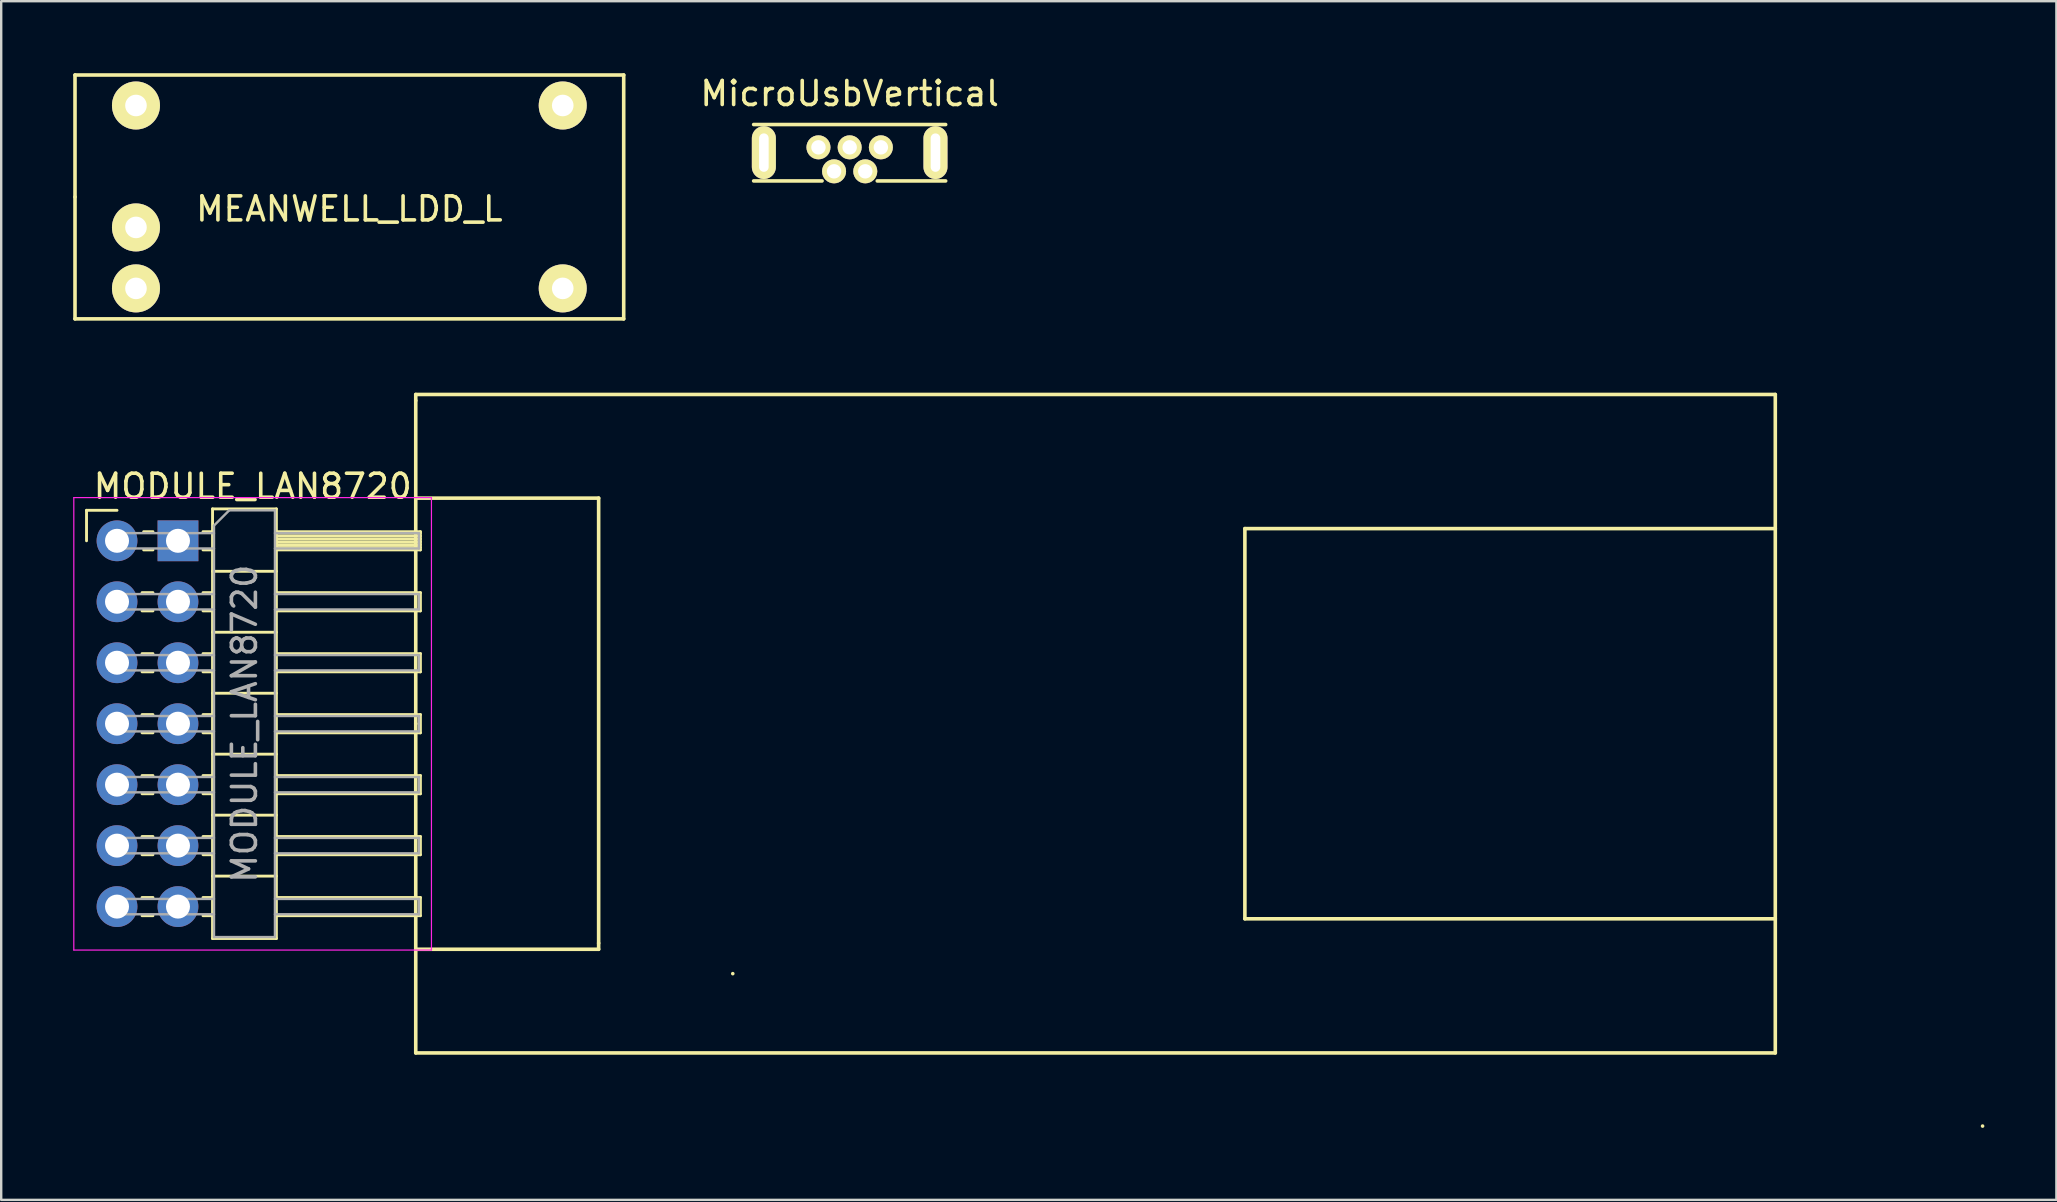
<source format=kicad_pcb>
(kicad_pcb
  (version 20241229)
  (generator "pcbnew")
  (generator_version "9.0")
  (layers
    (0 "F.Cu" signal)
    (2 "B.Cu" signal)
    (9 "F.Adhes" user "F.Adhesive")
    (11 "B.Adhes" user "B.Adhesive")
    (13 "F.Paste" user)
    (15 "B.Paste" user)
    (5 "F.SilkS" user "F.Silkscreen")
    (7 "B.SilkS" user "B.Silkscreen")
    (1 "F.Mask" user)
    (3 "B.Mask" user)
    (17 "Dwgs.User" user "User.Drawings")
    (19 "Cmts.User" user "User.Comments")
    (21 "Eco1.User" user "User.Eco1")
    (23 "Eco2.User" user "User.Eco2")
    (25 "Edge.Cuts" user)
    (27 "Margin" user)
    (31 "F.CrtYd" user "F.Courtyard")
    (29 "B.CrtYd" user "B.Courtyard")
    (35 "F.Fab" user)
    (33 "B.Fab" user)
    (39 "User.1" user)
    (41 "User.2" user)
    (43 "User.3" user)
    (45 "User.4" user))
  (footprint "MEANWELL_LDD_L"
    (layer "F.Cu")
    (at 11.505 5.155)
    (property "Reference" "MEANWELL_LDD_L" (at 0 0.5 0) (layer "F.SilkS") (effects (font (size 1 1) (thickness 0.15))))
    (attr through_hole)
    (fp_line (start -11.43 -5.08) (end 11.43 -5.08) (stroke (width 0.15) (type solid)) (layer "F.SilkS"))
    (fp_line (start -11.43 0) (end -11.43 -5.08) (stroke (width 0.15) (type solid)) (layer "F.SilkS"))
    (fp_line (start -11.43 5.08) (end -11.43 0) (stroke (width 0.15) (type solid)) (layer "F.SilkS"))
    (fp_line (start 11.43 -5.08) (end 11.43 5.08) (stroke (width 0.15) (type solid)) (layer "F.SilkS"))
    (fp_line (start 11.43 5.08) (end -11.43 5.08) (stroke (width 0.15) (type solid)) (layer "F.SilkS"))
    (pad "1" thru_hole circle (at -8.89 -3.81) (size 2 2) (drill 0.9) (layers "*.Cu" "*.Mask" "F.SilkS"))
    (pad "3" thru_hole circle (at -8.89 1.27) (size 2 2) (drill 0.9) (layers "*.Cu" "*.Mask" "F.SilkS"))
    (pad "4" thru_hole circle (at -8.89 3.81) (size 2 2) (drill 0.9) (layers "*.Cu" "*.Mask" "F.SilkS"))
    (pad "5" thru_hole circle (at 8.89 3.81) (size 2 2) (drill 0.9) (layers "*.Cu" "*.Mask" "F.SilkS"))
    (pad "6" thru_hole circle (at 8.89 -3.81) (size 2 2) (drill 0.9) (layers "*.Cu" "*.Mask" "F.SilkS")))
  (footprint "MODULE_LAN8720"
    (layer "F.Cu")
    (at 1.825 19.481)
    (property "Reference" "MODULE_LAN8720" (at 5.655 -2.27 0) (layer "F.SilkS") (effects (font (size 1 1) (thickness 0.15))))
    (attr through_hole)
    (fp_line (start -1.27 -1.27) (end 0 -1.27) (stroke (width 0.12) (type solid)) (layer "F.SilkS"))
    (fp_line (start -1.27 0) (end -1.27 -1.27) (stroke (width 0.12) (type solid)) (layer "F.SilkS"))
    (fp_line (start 1.043 2.16) (end 1.497 2.16) (stroke (width 0.12) (type solid)) (layer "F.SilkS"))
    (fp_line (start 1.043 2.92) (end 1.497 2.92) (stroke (width 0.12) (type solid)) (layer "F.SilkS"))
    (fp_line (start 1.043 4.7) (end 1.497 4.7) (stroke (width 0.12) (type solid)) (layer "F.SilkS"))
    (fp_line (start 1.043 5.46) (end 1.497 5.46) (stroke (width 0.12) (type solid)) (layer "F.SilkS"))
    (fp_line (start 1.043 7.24) (end 1.497 7.24) (stroke (width 0.12) (type solid)) (layer "F.SilkS"))
    (fp_line (start 1.043 8) (end 1.497 8) (stroke (width 0.12) (type solid)) (layer "F.SilkS"))
    (fp_line (start 1.043 9.78) (end 1.497 9.78) (stroke (width 0.12) (type solid)) (layer "F.SilkS"))
    (fp_line (start 1.043 10.54) (end 1.497 10.54) (stroke (width 0.12) (type solid)) (layer "F.SilkS"))
    (fp_line (start 1.043 12.32) (end 1.497 12.32) (stroke (width 0.12) (type solid)) (layer "F.SilkS"))
    (fp_line (start 1.043 13.08) (end 1.497 13.08) (stroke (width 0.12) (type solid)) (layer "F.SilkS"))
    (fp_line (start 1.043 14.86) (end 1.497 14.86) (stroke (width 0.12) (type solid)) (layer "F.SilkS"))
    (fp_line (start 1.043 15.62) (end 1.497 15.62) (stroke (width 0.12) (type solid)) (layer "F.SilkS"))
    (fp_line (start 1.11 -0.38) (end 1.497 -0.38) (stroke (width 0.12) (type solid)) (layer "F.SilkS"))
    (fp_line (start 1.11 0.38) (end 1.497 0.38) (stroke (width 0.12) (type solid)) (layer "F.SilkS"))
    (fp_line (start 3.583 -0.38) (end 3.98 -0.38) (stroke (width 0.12) (type solid)) (layer "F.SilkS"))
    (fp_line (start 3.583 0.38) (end 3.98 0.38) (stroke (width 0.12) (type solid)) (layer "F.SilkS"))
    (fp_line (start 3.583 2.16) (end 3.98 2.16) (stroke (width 0.12) (type solid)) (layer "F.SilkS"))
    (fp_line (start 3.583 2.92) (end 3.98 2.92) (stroke (width 0.12) (type solid)) (layer "F.SilkS"))
    (fp_line (start 3.583 4.7) (end 3.98 4.7) (stroke (width 0.12) (type solid)) (layer "F.SilkS"))
    (fp_line (start 3.583 5.46) (end 3.98 5.46) (stroke (width 0.12) (type solid)) (layer "F.SilkS"))
    (fp_line (start 3.583 7.24) (end 3.98 7.24) (stroke (width 0.12) (type solid)) (layer "F.SilkS"))
    (fp_line (start 3.583 8) (end 3.98 8) (stroke (width 0.12) (type solid)) (layer "F.SilkS"))
    (fp_line (start 3.583 9.78) (end 3.98 9.78) (stroke (width 0.12) (type solid)) (layer "F.SilkS"))
    (fp_line (start 3.583 10.54) (end 3.98 10.54) (stroke (width 0.12) (type solid)) (layer "F.SilkS"))
    (fp_line (start 3.583 12.32) (end 3.98 12.32) (stroke (width 0.12) (type solid)) (layer "F.SilkS"))
    (fp_line (start 3.583 13.08) (end 3.98 13.08) (stroke (width 0.12) (type solid)) (layer "F.SilkS"))
    (fp_line (start 3.583 14.86) (end 3.98 14.86) (stroke (width 0.12) (type solid)) (layer "F.SilkS"))
    (fp_line (start 3.583 15.62) (end 3.98 15.62) (stroke (width 0.12) (type solid)) (layer "F.SilkS"))
    (fp_line (start 3.98 -1.33) (end 3.98 16.57) (stroke (width 0.12) (type solid)) (layer "F.SilkS"))
    (fp_line (start 3.98 1.27) (end 6.64 1.27) (stroke (width 0.12) (type solid)) (layer "F.SilkS"))
    (fp_line (start 3.98 3.81) (end 6.64 3.81) (stroke (width 0.12) (type solid)) (layer "F.SilkS"))
    (fp_line (start 3.98 6.35) (end 6.64 6.35) (stroke (width 0.12) (type solid)) (layer "F.SilkS"))
    (fp_line (start 3.98 8.89) (end 6.64 8.89) (stroke (width 0.12) (type solid)) (layer "F.SilkS"))
    (fp_line (start 3.98 11.43) (end 6.64 11.43) (stroke (width 0.12) (type solid)) (layer "F.SilkS"))
    (fp_line (start 3.98 13.97) (end 6.64 13.97) (stroke (width 0.12) (type solid)) (layer "F.SilkS"))
    (fp_line (start 3.98 16.57) (end 6.64 16.57) (stroke (width 0.12) (type solid)) (layer "F.SilkS"))
    (fp_line (start 6.64 -1.33) (end 3.98 -1.33) (stroke (width 0.12) (type solid)) (layer "F.SilkS"))
    (fp_line (start 6.64 -0.38) (end 12.64 -0.38) (stroke (width 0.12) (type solid)) (layer "F.SilkS"))
    (fp_line (start 6.64 -0.32) (end 12.64 -0.32) (stroke (width 0.12) (type solid)) (layer "F.SilkS"))
    (fp_line (start 6.64 -0.2) (end 12.64 -0.2) (stroke (width 0.12) (type solid)) (layer "F.SilkS"))
    (fp_line (start 6.64 -0.08) (end 12.64 -0.08) (stroke (width 0.12) (type solid)) (layer "F.SilkS"))
    (fp_line (start 6.64 0.04) (end 12.64 0.04) (stroke (width 0.12) (type solid)) (layer "F.SilkS"))
    (fp_line (start 6.64 0.16) (end 12.64 0.16) (stroke (width 0.12) (type solid)) (layer "F.SilkS"))
    (fp_line (start 6.64 0.28) (end 12.64 0.28) (stroke (width 0.12) (type solid)) (layer "F.SilkS"))
    (fp_line (start 6.64 2.16) (end 12.64 2.16) (stroke (width 0.12) (type solid)) (layer "F.SilkS"))
    (fp_line (start 6.64 4.7) (end 12.64 4.7) (stroke (width 0.12) (type solid)) (layer "F.SilkS"))
    (fp_line (start 6.64 7.24) (end 12.64 7.24) (stroke (width 0.12) (type solid)) (layer "F.SilkS"))
    (fp_line (start 6.64 9.78) (end 12.64 9.78) (stroke (width 0.12) (type solid)) (layer "F.SilkS"))
    (fp_line (start 6.64 12.32) (end 12.64 12.32) (stroke (width 0.12) (type solid)) (layer "F.SilkS"))
    (fp_line (start 6.64 14.86) (end 12.64 14.86) (stroke (width 0.12) (type solid)) (layer "F.SilkS"))
    (fp_line (start 6.64 16.57) (end 6.64 -1.33) (stroke (width 0.12) (type solid)) (layer "F.SilkS"))
    (fp_line (start 12.446 -6.096) (end 69.088 -6.096) (stroke (width 0.15) (type solid)) (layer "F.SilkS"))
    (fp_line (start 12.446 -5.842) (end 12.446 -6.096) (stroke (width 0.15) (type solid)) (layer "F.SilkS"))
    (fp_line (start 12.446 -1.778) (end 20.066 -1.778) (stroke (width 0.15) (type solid)) (layer "F.SilkS"))
    (fp_line (start 12.446 7.62) (end 12.446 -5.842) (stroke (width 0.15) (type solid)) (layer "F.SilkS"))
    (fp_line (start 12.446 21.336) (end 12.446 7.62) (stroke (width 0.15) (type solid)) (layer "F.SilkS"))
    (fp_line (start 12.64 -0.38) (end 12.64 0.38) (stroke (width 0.12) (type solid)) (layer "F.SilkS"))
    (fp_line (start 12.64 0.38) (end 6.64 0.38) (stroke (width 0.12) (type solid)) (layer "F.SilkS"))
    (fp_line (start 12.64 2.16) (end 12.64 2.92) (stroke (width 0.12) (type solid)) (layer "F.SilkS"))
    (fp_line (start 12.64 2.92) (end 6.64 2.92) (stroke (width 0.12) (type solid)) (layer "F.SilkS"))
    (fp_line (start 12.64 4.7) (end 12.64 5.46) (stroke (width 0.12) (type solid)) (layer "F.SilkS"))
    (fp_line (start 12.64 5.46) (end 6.64 5.46) (stroke (width 0.12) (type solid)) (layer "F.SilkS"))
    (fp_line (start 12.64 7.24) (end 12.64 8) (stroke (width 0.12) (type solid)) (layer "F.SilkS"))
    (fp_line (start 12.64 8) (end 6.64 8) (stroke (width 0.12) (type solid)) (layer "F.SilkS"))
    (fp_line (start 12.64 9.78) (end 12.64 10.54) (stroke (width 0.12) (type solid)) (layer "F.SilkS"))
    (fp_line (start 12.64 10.54) (end 6.64 10.54) (stroke (width 0.12) (type solid)) (layer "F.SilkS"))
    (fp_line (start 12.64 12.32) (end 12.64 13.08) (stroke (width 0.12) (type solid)) (layer "F.SilkS"))
    (fp_line (start 12.64 13.08) (end 6.64 13.08) (stroke (width 0.12) (type solid)) (layer "F.SilkS"))
    (fp_line (start 12.64 14.86) (end 12.64 15.62) (stroke (width 0.12) (type solid)) (layer "F.SilkS"))
    (fp_line (start 12.64 15.62) (end 6.64 15.62) (stroke (width 0.12) (type solid)) (layer "F.SilkS"))
    (fp_line (start 20.066 -1.778) (end 20.066 16.764) (stroke (width 0.15) (type solid)) (layer "F.SilkS"))
    (fp_line (start 20.066 17.018) (end 12.446 17.018) (stroke (width 0.15) (type solid)) (layer "F.SilkS"))
    (fp_line (start 20.066 17.018) (end 20.066 16.764) (stroke (width 0.15) (type solid)) (layer "F.SilkS"))
    (fp_line (start 25.654 18.034) (end 25.654 18.034) (stroke (width 0.15) (type solid)) (layer "F.SilkS"))
    (fp_line (start 46.99 -0.508) (end 46.99 15.748) (stroke (width 0.15) (type solid)) (layer "F.SilkS"))
    (fp_line (start 46.99 -0.508) (end 69.088 -0.508) (stroke (width 0.15) (type solid)) (layer "F.SilkS"))
    (fp_line (start 46.99 15.748) (end 69.088 15.748) (stroke (width 0.15) (type solid)) (layer "F.SilkS"))
    (fp_line (start 69.088 -6.096) (end 69.088 21.336) (stroke (width 0.15) (type solid)) (layer "F.SilkS"))
    (fp_line (start 69.088 21.336) (end 12.446 21.336) (stroke (width 0.15) (type solid)) (layer "F.SilkS"))
    (fp_line (start 77.724 24.384) (end 77.724 24.384) (stroke (width 0.15) (type solid)) (layer "F.SilkS"))
    (fp_line (start -1.8 -1.8) (end -1.8 17.05) (stroke (width 0.05) (type solid)) (layer "F.CrtYd"))
    (fp_line (start -1.8 17.05) (end 13.1 17.05) (stroke (width 0.05) (type solid)) (layer "F.CrtYd"))
    (fp_line (start 13.1 -1.8) (end -1.8 -1.8) (stroke (width 0.05) (type solid)) (layer "F.CrtYd"))
    (fp_line (start 13.1 17.05) (end 13.1 -1.8) (stroke (width 0.05) (type solid)) (layer "F.CrtYd"))
    (fp_line (start -0.32 -0.32) (end -0.32 0.32) (stroke (width 0.1) (type solid)) (layer "F.Fab"))
    (fp_line (start -0.32 -0.32) (end 4.04 -0.32) (stroke (width 0.1) (type solid)) (layer "F.Fab"))
    (fp_line (start -0.32 0.32) (end 4.04 0.32) (stroke (width 0.1) (type solid)) (layer "F.Fab"))
    (fp_line (start -0.32 2.22) (end -0.32 2.86) (stroke (width 0.1) (type solid)) (layer "F.Fab"))
    (fp_line (start -0.32 2.22) (end 4.04 2.22) (stroke (width 0.1) (type solid)) (layer "F.Fab"))
    (fp_line (start -0.32 2.86) (end 4.04 2.86) (stroke (width 0.1) (type solid)) (layer "F.Fab"))
    (fp_line (start -0.32 4.76) (end -0.32 5.4) (stroke (width 0.1) (type solid)) (layer "F.Fab"))
    (fp_line (start -0.32 4.76) (end 4.04 4.76) (stroke (width 0.1) (type solid)) (layer "F.Fab"))
    (fp_line (start -0.32 5.4) (end 4.04 5.4) (stroke (width 0.1) (type solid)) (layer "F.Fab"))
    (fp_line (start -0.32 7.3) (end -0.32 7.94) (stroke (width 0.1) (type solid)) (layer "F.Fab"))
    (fp_line (start -0.32 7.3) (end 4.04 7.3) (stroke (width 0.1) (type solid)) (layer "F.Fab"))
    (fp_line (start -0.32 7.94) (end 4.04 7.94) (stroke (width 0.1) (type solid)) (layer "F.Fab"))
    (fp_line (start -0.32 9.84) (end -0.32 10.48) (stroke (width 0.1) (type solid)) (layer "F.Fab"))
    (fp_line (start -0.32 9.84) (end 4.04 9.84) (stroke (width 0.1) (type solid)) (layer "F.Fab"))
    (fp_line (start -0.32 10.48) (end 4.04 10.48) (stroke (width 0.1) (type solid)) (layer "F.Fab"))
    (fp_line (start -0.32 12.38) (end -0.32 13.02) (stroke (width 0.1) (type solid)) (layer "F.Fab"))
    (fp_line (start -0.32 12.38) (end 4.04 12.38) (stroke (width 0.1) (type solid)) (layer "F.Fab"))
    (fp_line (start -0.32 13.02) (end 4.04 13.02) (stroke (width 0.1) (type solid)) (layer "F.Fab"))
    (fp_line (start -0.32 14.92) (end -0.32 15.56) (stroke (width 0.1) (type solid)) (layer "F.Fab"))
    (fp_line (start -0.32 14.92) (end 4.04 14.92) (stroke (width 0.1) (type solid)) (layer "F.Fab"))
    (fp_line (start -0.32 15.56) (end 4.04 15.56) (stroke (width 0.1) (type solid)) (layer "F.Fab"))
    (fp_line (start 4.04 -0.635) (end 4.675 -1.27) (stroke (width 0.1) (type solid)) (layer "F.Fab"))
    (fp_line (start 4.04 16.51) (end 4.04 -0.635) (stroke (width 0.1) (type solid)) (layer "F.Fab"))
    (fp_line (start 4.675 -1.27) (end 6.58 -1.27) (stroke (width 0.1) (type solid)) (layer "F.Fab"))
    (fp_line (start 6.58 -1.27) (end 6.58 16.51) (stroke (width 0.1) (type solid)) (layer "F.Fab"))
    (fp_line (start 6.58 -0.32) (end 12.58 -0.32) (stroke (width 0.1) (type solid)) (layer "F.Fab"))
    (fp_line (start 6.58 0.32) (end 12.58 0.32) (stroke (width 0.1) (type solid)) (layer "F.Fab"))
    (fp_line (start 6.58 2.22) (end 12.58 2.22) (stroke (width 0.1) (type solid)) (layer "F.Fab"))
    (fp_line (start 6.58 2.86) (end 12.58 2.86) (stroke (width 0.1) (type solid)) (layer "F.Fab"))
    (fp_line (start 6.58 4.76) (end 12.58 4.76) (stroke (width 0.1) (type solid)) (layer "F.Fab"))
    (fp_line (start 6.58 5.4) (end 12.58 5.4) (stroke (width 0.1) (type solid)) (layer "F.Fab"))
    (fp_line (start 6.58 7.3) (end 12.58 7.3) (stroke (width 0.1) (type solid)) (layer "F.Fab"))
    (fp_line (start 6.58 7.94) (end 12.58 7.94) (stroke (width 0.1) (type solid)) (layer "F.Fab"))
    (fp_line (start 6.58 9.84) (end 12.58 9.84) (stroke (width 0.1) (type solid)) (layer "F.Fab"))
    (fp_line (start 6.58 10.48) (end 12.58 10.48) (stroke (width 0.1) (type solid)) (layer "F.Fab"))
    (fp_line (start 6.58 12.38) (end 12.58 12.38) (stroke (width 0.1) (type solid)) (layer "F.Fab"))
    (fp_line (start 6.58 13.02) (end 12.58 13.02) (stroke (width 0.1) (type solid)) (layer "F.Fab"))
    (fp_line (start 6.58 14.92) (end 12.58 14.92) (stroke (width 0.1) (type solid)) (layer "F.Fab"))
    (fp_line (start 6.58 15.56) (end 12.58 15.56) (stroke (width 0.1) (type solid)) (layer "F.Fab"))
    (fp_line (start 6.58 16.51) (end 4.04 16.51) (stroke (width 0.1) (type solid)) (layer "F.Fab"))
    (fp_line (start 12.58 -0.32) (end 12.58 0.32) (stroke (width 0.1) (type solid)) (layer "F.Fab"))
    (fp_line (start 12.58 2.22) (end 12.58 2.86) (stroke (width 0.1) (type solid)) (layer "F.Fab"))
    (fp_line (start 12.58 4.76) (end 12.58 5.4) (stroke (width 0.1) (type solid)) (layer "F.Fab"))
    (fp_line (start 12.58 7.3) (end 12.58 7.94) (stroke (width 0.1) (type solid)) (layer "F.Fab"))
    (fp_line (start 12.58 9.84) (end 12.58 10.48) (stroke (width 0.1) (type solid)) (layer "F.Fab"))
    (fp_line (start 12.58 12.38) (end 12.58 13.02) (stroke (width 0.1) (type solid)) (layer "F.Fab"))
    (fp_line (start 12.58 14.92) (end 12.58 15.56) (stroke (width 0.1) (type solid)) (layer "F.Fab"))
    (fp_text user "${REFERENCE}" (at 5.31 7.62 90) (layer "F.Fab") (effects (font (size 1 1) (thickness 0.15))))
    (pad "1" thru_hole rect (at 2.54 0) (size 1.7 1.7) (drill 1) (layers "*.Cu" "*.Mask"))
    (pad "2" thru_hole oval (at 0 0) (size 1.7 1.7) (drill 1) (layers "*.Cu" "*.Mask"))
    (pad "3" thru_hole oval (at 2.54 2.54) (size 1.7 1.7) (drill 1) (layers "*.Cu" "*.Mask"))
    (pad "4" thru_hole oval (at 0 2.54) (size 1.7 1.7) (drill 1) (layers "*.Cu" "*.Mask"))
    (pad "5" thru_hole oval (at 2.54 5.08) (size 1.7 1.7) (drill 1) (layers "*.Cu" "*.Mask"))
    (pad "6" thru_hole oval (at 0 5.08) (size 1.7 1.7) (drill 1) (layers "*.Cu" "*.Mask"))
    (pad "7" thru_hole oval (at 2.54 7.62) (size 1.7 1.7) (drill 1) (layers "*.Cu" "*.Mask"))
    (pad "8" thru_hole oval (at 0 7.62) (size 1.7 1.7) (drill 1) (layers "*.Cu" "*.Mask"))
    (pad "9" thru_hole oval (at 2.54 10.16) (size 1.7 1.7) (drill 1) (layers "*.Cu" "*.Mask"))
    (pad "10" thru_hole oval (at 0 10.16) (size 1.7 1.7) (drill 1) (layers "*.Cu" "*.Mask"))
    (pad "11" thru_hole oval (at 2.54 12.7) (size 1.7 1.7) (drill 1) (layers "*.Cu" "*.Mask"))
    (pad "12" thru_hole oval (at 0 12.7) (size 1.7 1.7) (drill 1) (layers "*.Cu" "*.Mask"))
    (pad "13" thru_hole oval (at 2.54 15.24) (size 1.7 1.7) (drill 1) (layers "*.Cu" "*.Mask"))
    (pad "14" thru_hole oval (at 0 15.24) (size 1.7 1.7) (drill 1) (layers "*.Cu" "*.Mask")))
  (footprint "MicroUsbVertical"
    (layer "F.Cu")
    (at 32.349 3.088)
    (property "Reference" "MicroUsbVertical" (at 0 -2.24 0) (layer "F.SilkS") (effects (font (size 1 1) (thickness 0.15))))
    (attr through_hole)
    (fp_line (start -4 -0.95) (end 4 -0.95) (stroke (width 0.15) (type solid)) (layer "F.SilkS"))
    (fp_line (start -4 1.4) (end -1.15 1.4) (stroke (width 0.15) (type solid)) (layer "F.SilkS"))
    (fp_line (start 4 1.4) (end 1.15 1.4) (stroke (width 0.15) (type solid)) (layer "F.SilkS"))
    (pad "1" thru_hole circle (at -1.3 0) (size 1 1) (drill 0.6) (layers "*.Cu" "*.Mask" "F.SilkS"))
    (pad "2" thru_hole circle (at -0.65 1) (size 1 1) (drill 0.6) (layers "*.Cu" "*.Mask" "F.SilkS"))
    (pad "3" thru_hole circle (at 0 0) (size 1 1) (drill 0.6) (layers "*.Cu" "*.Mask" "F.SilkS"))
    (pad "4" thru_hole circle (at 0.65 1) (size 1 1) (drill 0.6) (layers "*.Cu" "*.Mask" "F.SilkS"))
    (pad "5" thru_hole circle (at 1.3 0) (size 1 1) (drill 0.6) (layers "*.Cu" "*.Mask" "F.SilkS"))
    (pad "6" thru_hole oval (at -3.575 0.22) (size 1 2.2) (drill oval 0.4 1.6) (layers "*.Cu" "*.Mask" "F.SilkS"))
    (pad "6" thru_hole oval (at 3.575 0.22) (size 1 2.2) (drill oval 0.4 1.6) (layers "*.Cu" "*.Mask" "F.SilkS")))
  (gr_rect
    (start -3 -3)
    (end 82.624 46.94)
    (stroke (width 0.1) (type default))
    (fill no)
    (layer "Edge.Cuts")))
</source>
